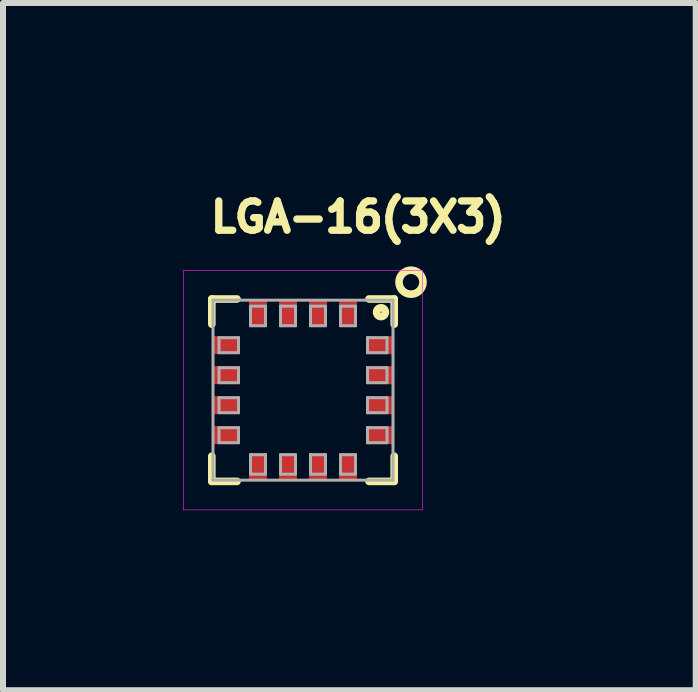
<source format=kicad_pcb>
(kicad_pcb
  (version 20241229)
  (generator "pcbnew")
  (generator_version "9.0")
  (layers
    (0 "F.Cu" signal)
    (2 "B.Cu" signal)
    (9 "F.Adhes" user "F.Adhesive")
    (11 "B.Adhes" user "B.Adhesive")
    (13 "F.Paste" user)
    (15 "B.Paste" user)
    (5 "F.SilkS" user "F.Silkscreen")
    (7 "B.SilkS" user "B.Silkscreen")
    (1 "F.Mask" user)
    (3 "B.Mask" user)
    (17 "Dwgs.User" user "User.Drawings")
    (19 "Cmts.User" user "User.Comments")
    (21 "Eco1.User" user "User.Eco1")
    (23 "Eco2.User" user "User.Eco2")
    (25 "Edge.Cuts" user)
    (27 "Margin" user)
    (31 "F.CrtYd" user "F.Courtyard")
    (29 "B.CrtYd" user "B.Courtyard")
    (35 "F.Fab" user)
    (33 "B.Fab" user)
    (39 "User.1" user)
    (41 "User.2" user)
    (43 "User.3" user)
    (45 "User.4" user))
  (footprint "LGA-16(3X3)"
    (layer "F.Cu")
    (at 2 3.453)
    (property "Reference" "LGA-16(3X3)" (at -1.6 -2.6 0) (layer "F.SilkS") (effects (font (size 0.488 0.488) (thickness 0.122)) (justify left bottom)))
    (fp_line (start -1.52 -1.52) (end -1.1 -1.52) (stroke (width 0.127) (type solid)) (layer "F.SilkS"))
    (fp_line (start -1.52 -1.1) (end -1.52 -1.52) (stroke (width 0.127) (type solid)) (layer "F.SilkS"))
    (fp_line (start -1.52 1.52) (end -1.52 1.1) (stroke (width 0.127) (type solid)) (layer "F.SilkS"))
    (fp_line (start -1.52 1.52) (end -1.1 1.52) (stroke (width 0.127) (type solid)) (layer "F.SilkS"))
    (fp_line (start 1.52 -1.52) (end 1.1 -1.52) (stroke (width 0.127) (type solid)) (layer "F.SilkS"))
    (fp_line (start 1.52 -1.52) (end 1.52 -1.1) (stroke (width 0.127) (type solid)) (layer "F.SilkS"))
    (fp_line (start 1.52 1.52) (end 1.1 1.52) (stroke (width 0.127) (type solid)) (layer "F.SilkS"))
    (fp_line (start 1.52 1.52) (end 1.52 1.1) (stroke (width 0.127) (type solid)) (layer "F.SilkS"))
    (fp_circle (center 1.3 -1.3) (end 1.31 -1.3) (stroke (width 0.127) (type solid)) (fill no) (layer "F.SilkS"))
    (fp_circle (center 1.8 -1.8) (end 2 -1.8) (stroke (width 0.127) (type solid)) (fill no) (layer "F.SilkS"))
    (fp_line (start -1.995 -1.995) (end -1.995 1.995) (stroke (width 0.01) (type solid)) (layer "F.CrtYd"))
    (fp_line (start -1.995 1.995) (end 1.995 1.995) (stroke (width 0.01) (type solid)) (layer "F.CrtYd"))
    (fp_line (start 1.995 -1.995) (end -1.995 -1.995) (stroke (width 0.01) (type solid)) (layer "F.CrtYd"))
    (fp_line (start 1.995 1.995) (end 1.995 -1.995) (stroke (width 0.01) (type solid)) (layer "F.CrtYd"))
    (fp_line (start -1.5 -1.5) (end -1.5 1.5) (stroke (width 0.05) (type solid)) (layer "F.Fab"))
    (fp_line (start -1.5 1.5) (end 1.5 1.5) (stroke (width 0.05) (type solid)) (layer "F.Fab"))
    (fp_line (start -1.4 -0.875) (end -1.4 -0.625) (stroke (width 0.05) (type solid)) (layer "F.Fab"))
    (fp_line (start -1.4 -0.625) (end -1.075 -0.625) (stroke (width 0.05) (type solid)) (layer "F.Fab"))
    (fp_line (start -1.4 -0.375) (end -1.4 -0.125) (stroke (width 0.05) (type solid)) (layer "F.Fab"))
    (fp_line (start -1.4 -0.125) (end -1.075 -0.125) (stroke (width 0.05) (type solid)) (layer "F.Fab"))
    (fp_line (start -1.4 0.125) (end -1.075 0.125) (stroke (width 0.05) (type solid)) (layer "F.Fab"))
    (fp_line (start -1.4 0.375) (end -1.4 0.125) (stroke (width 0.05) (type solid)) (layer "F.Fab"))
    (fp_line (start -1.4 0.625) (end -1.075 0.625) (stroke (width 0.05) (type solid)) (layer "F.Fab"))
    (fp_line (start -1.4 0.875) (end -1.4 0.625) (stroke (width 0.05) (type solid)) (layer "F.Fab"))
    (fp_line (start -1.075 -0.875) (end -1.4 -0.875) (stroke (width 0.05) (type solid)) (layer "F.Fab"))
    (fp_line (start -1.075 -0.625) (end -1.075 -0.875) (stroke (width 0.05) (type solid)) (layer "F.Fab"))
    (fp_line (start -1.075 -0.375) (end -1.4 -0.375) (stroke (width 0.05) (type solid)) (layer "F.Fab"))
    (fp_line (start -1.075 -0.125) (end -1.075 -0.375) (stroke (width 0.05) (type solid)) (layer "F.Fab"))
    (fp_line (start -1.075 0.125) (end -1.075 0.375) (stroke (width 0.05) (type solid)) (layer "F.Fab"))
    (fp_line (start -1.075 0.375) (end -1.4 0.375) (stroke (width 0.05) (type solid)) (layer "F.Fab"))
    (fp_line (start -1.075 0.625) (end -1.075 0.875) (stroke (width 0.05) (type solid)) (layer "F.Fab"))
    (fp_line (start -1.075 0.875) (end -1.4 0.875) (stroke (width 0.05) (type solid)) (layer "F.Fab"))
    (fp_line (start -0.875 -1.4) (end -0.625 -1.4) (stroke (width 0.05) (type solid)) (layer "F.Fab"))
    (fp_line (start -0.875 -1.075) (end -0.875 -1.4) (stroke (width 0.05) (type solid)) (layer "F.Fab"))
    (fp_line (start -0.875 1.075) (end -0.625 1.075) (stroke (width 0.05) (type solid)) (layer "F.Fab"))
    (fp_line (start -0.875 1.4) (end -0.875 1.075) (stroke (width 0.05) (type solid)) (layer "F.Fab"))
    (fp_line (start -0.625 -1.4) (end -0.625 -1.075) (stroke (width 0.05) (type solid)) (layer "F.Fab"))
    (fp_line (start -0.625 -1.075) (end -0.875 -1.075) (stroke (width 0.05) (type solid)) (layer "F.Fab"))
    (fp_line (start -0.625 1.075) (end -0.625 1.4) (stroke (width 0.05) (type solid)) (layer "F.Fab"))
    (fp_line (start -0.625 1.4) (end -0.875 1.4) (stroke (width 0.05) (type solid)) (layer "F.Fab"))
    (fp_line (start -0.375 -1.4) (end -0.125 -1.4) (stroke (width 0.05) (type solid)) (layer "F.Fab"))
    (fp_line (start -0.375 -1.075) (end -0.375 -1.4) (stroke (width 0.05) (type solid)) (layer "F.Fab"))
    (fp_line (start -0.375 1.075) (end -0.125 1.075) (stroke (width 0.05) (type solid)) (layer "F.Fab"))
    (fp_line (start -0.375 1.4) (end -0.375 1.075) (stroke (width 0.05) (type solid)) (layer "F.Fab"))
    (fp_line (start -0.125 -1.4) (end -0.125 -1.075) (stroke (width 0.05) (type solid)) (layer "F.Fab"))
    (fp_line (start -0.125 -1.075) (end -0.375 -1.075) (stroke (width 0.05) (type solid)) (layer "F.Fab"))
    (fp_line (start -0.125 1.075) (end -0.125 1.4) (stroke (width 0.05) (type solid)) (layer "F.Fab"))
    (fp_line (start -0.125 1.4) (end -0.375 1.4) (stroke (width 0.05) (type solid)) (layer "F.Fab"))
    (fp_line (start 0.125 -1.4) (end 0.375 -1.4) (stroke (width 0.05) (type solid)) (layer "F.Fab"))
    (fp_line (start 0.125 -1.075) (end 0.125 -1.4) (stroke (width 0.05) (type solid)) (layer "F.Fab"))
    (fp_line (start 0.125 1.075) (end 0.125 1.4) (stroke (width 0.05) (type solid)) (layer "F.Fab"))
    (fp_line (start 0.125 1.4) (end 0.375 1.4) (stroke (width 0.05) (type solid)) (layer "F.Fab"))
    (fp_line (start 0.375 -1.4) (end 0.375 -1.075) (stroke (width 0.05) (type solid)) (layer "F.Fab"))
    (fp_line (start 0.375 -1.075) (end 0.125 -1.075) (stroke (width 0.05) (type solid)) (layer "F.Fab"))
    (fp_line (start 0.375 1.075) (end 0.125 1.075) (stroke (width 0.05) (type solid)) (layer "F.Fab"))
    (fp_line (start 0.375 1.4) (end 0.375 1.075) (stroke (width 0.05) (type solid)) (layer "F.Fab"))
    (fp_line (start 0.625 -1.4) (end 0.875 -1.4) (stroke (width 0.05) (type solid)) (layer "F.Fab"))
    (fp_line (start 0.625 -1.075) (end 0.625 -1.4) (stroke (width 0.05) (type solid)) (layer "F.Fab"))
    (fp_line (start 0.625 1.075) (end 0.875 1.075) (stroke (width 0.05) (type solid)) (layer "F.Fab"))
    (fp_line (start 0.625 1.4) (end 0.625 1.075) (stroke (width 0.05) (type solid)) (layer "F.Fab"))
    (fp_line (start 0.875 -1.4) (end 0.875 -1.075) (stroke (width 0.05) (type solid)) (layer "F.Fab"))
    (fp_line (start 0.875 -1.075) (end 0.625 -1.075) (stroke (width 0.05) (type solid)) (layer "F.Fab"))
    (fp_line (start 0.875 1.075) (end 0.875 1.4) (stroke (width 0.05) (type solid)) (layer "F.Fab"))
    (fp_line (start 0.875 1.4) (end 0.625 1.4) (stroke (width 0.05) (type solid)) (layer "F.Fab"))
    (fp_line (start 1.075 -0.875) (end 1.4 -0.875) (stroke (width 0.05) (type solid)) (layer "F.Fab"))
    (fp_line (start 1.075 -0.625) (end 1.075 -0.875) (stroke (width 0.05) (type solid)) (layer "F.Fab"))
    (fp_line (start 1.075 -0.375) (end 1.4 -0.375) (stroke (width 0.05) (type solid)) (layer "F.Fab"))
    (fp_line (start 1.075 -0.125) (end 1.075 -0.375) (stroke (width 0.05) (type solid)) (layer "F.Fab"))
    (fp_line (start 1.075 0.125) (end 1.075 0.375) (stroke (width 0.05) (type solid)) (layer "F.Fab"))
    (fp_line (start 1.075 0.375) (end 1.4 0.375) (stroke (width 0.05) (type solid)) (layer "F.Fab"))
    (fp_line (start 1.075 0.625) (end 1.075 0.875) (stroke (width 0.05) (type solid)) (layer "F.Fab"))
    (fp_line (start 1.075 0.875) (end 1.4 0.875) (stroke (width 0.05) (type solid)) (layer "F.Fab"))
    (fp_line (start 1.4 -0.875) (end 1.4 -0.625) (stroke (width 0.05) (type solid)) (layer "F.Fab"))
    (fp_line (start 1.4 -0.625) (end 1.075 -0.625) (stroke (width 0.05) (type solid)) (layer "F.Fab"))
    (fp_line (start 1.4 -0.375) (end 1.4 -0.125) (stroke (width 0.05) (type solid)) (layer "F.Fab"))
    (fp_line (start 1.4 -0.125) (end 1.075 -0.125) (stroke (width 0.05) (type solid)) (layer "F.Fab"))
    (fp_line (start 1.4 0.125) (end 1.075 0.125) (stroke (width 0.05) (type solid)) (layer "F.Fab"))
    (fp_line (start 1.4 0.375) (end 1.4 0.125) (stroke (width 0.05) (type solid)) (layer "F.Fab"))
    (fp_line (start 1.4 0.625) (end 1.075 0.625) (stroke (width 0.05) (type solid)) (layer "F.Fab"))
    (fp_line (start 1.4 0.875) (end 1.4 0.625) (stroke (width 0.05) (type solid)) (layer "F.Fab"))
    (fp_line (start 1.5 -1.5) (end -1.5 -1.5) (stroke (width 0.05) (type solid)) (layer "F.Fab"))
    (fp_line (start 1.5 1.5) (end 1.5 -1.5) (stroke (width 0.05) (type solid)) (layer "F.Fab"))
    (pad "1" smd rect (at 0.75 -1.275) (size 0.3 0.45) (layers "F.Cu" "F.Mask" "F.Paste"))
    (pad "2" smd rect (at 0.25 -1.275) (size 0.3 0.45) (layers "F.Cu" "F.Mask" "F.Paste"))
    (pad "3" smd rect (at -0.25 -1.275) (size 0.3 0.45) (layers "F.Cu" "F.Mask" "F.Paste"))
    (pad "4" smd rect (at -0.75 -1.275) (size 0.3 0.45) (layers "F.Cu" "F.Mask" "F.Paste"))
    (pad "5" smd rect (at -1.275 -0.75 90) (size 0.3 0.45) (layers "F.Cu" "F.Mask" "F.Paste"))
    (pad "6" smd rect (at -1.275 -0.25 90) (size 0.3 0.45) (layers "F.Cu" "F.Mask" "F.Paste"))
    (pad "7" smd rect (at -1.275 0.25 90) (size 0.3 0.45) (layers "F.Cu" "F.Mask" "F.Paste"))
    (pad "8" smd rect (at -1.275 0.75 90) (size 0.3 0.45) (layers "F.Cu" "F.Mask" "F.Paste"))
    (pad "9" smd rect (at -0.75 1.275 180) (size 0.3 0.45) (layers "F.Cu" "F.Mask" "F.Paste"))
    (pad "10" smd rect (at -0.25 1.275 180) (size 0.3 0.45) (layers "F.Cu" "F.Mask" "F.Paste"))
    (pad "11" smd rect (at 0.25 1.275 180) (size 0.3 0.45) (layers "F.Cu" "F.Mask" "F.Paste"))
    (pad "12" smd rect (at 0.75 1.275 180) (size 0.3 0.45) (layers "F.Cu" "F.Mask" "F.Paste"))
    (pad "13" smd rect (at 1.275 0.75 270) (size 0.3 0.45) (layers "F.Cu" "F.Mask" "F.Paste"))
    (pad "14" smd rect (at 1.275 0.25 270) (size 0.3 0.45) (layers "F.Cu" "F.Mask" "F.Paste"))
    (pad "15" smd rect (at 1.275 -0.25 270) (size 0.3 0.45) (layers "F.Cu" "F.Mask" "F.Paste"))
    (pad "16" smd rect (at 1.275 -0.75 270) (size 0.3 0.45) (layers "F.Cu" "F.Mask" "F.Paste")))
  (gr_rect
    (start -3 -3)
    (end 8.545 8.453)
    (stroke (width 0.1) (type default))
    (fill no)
    (layer "Edge.Cuts")))
</source>
